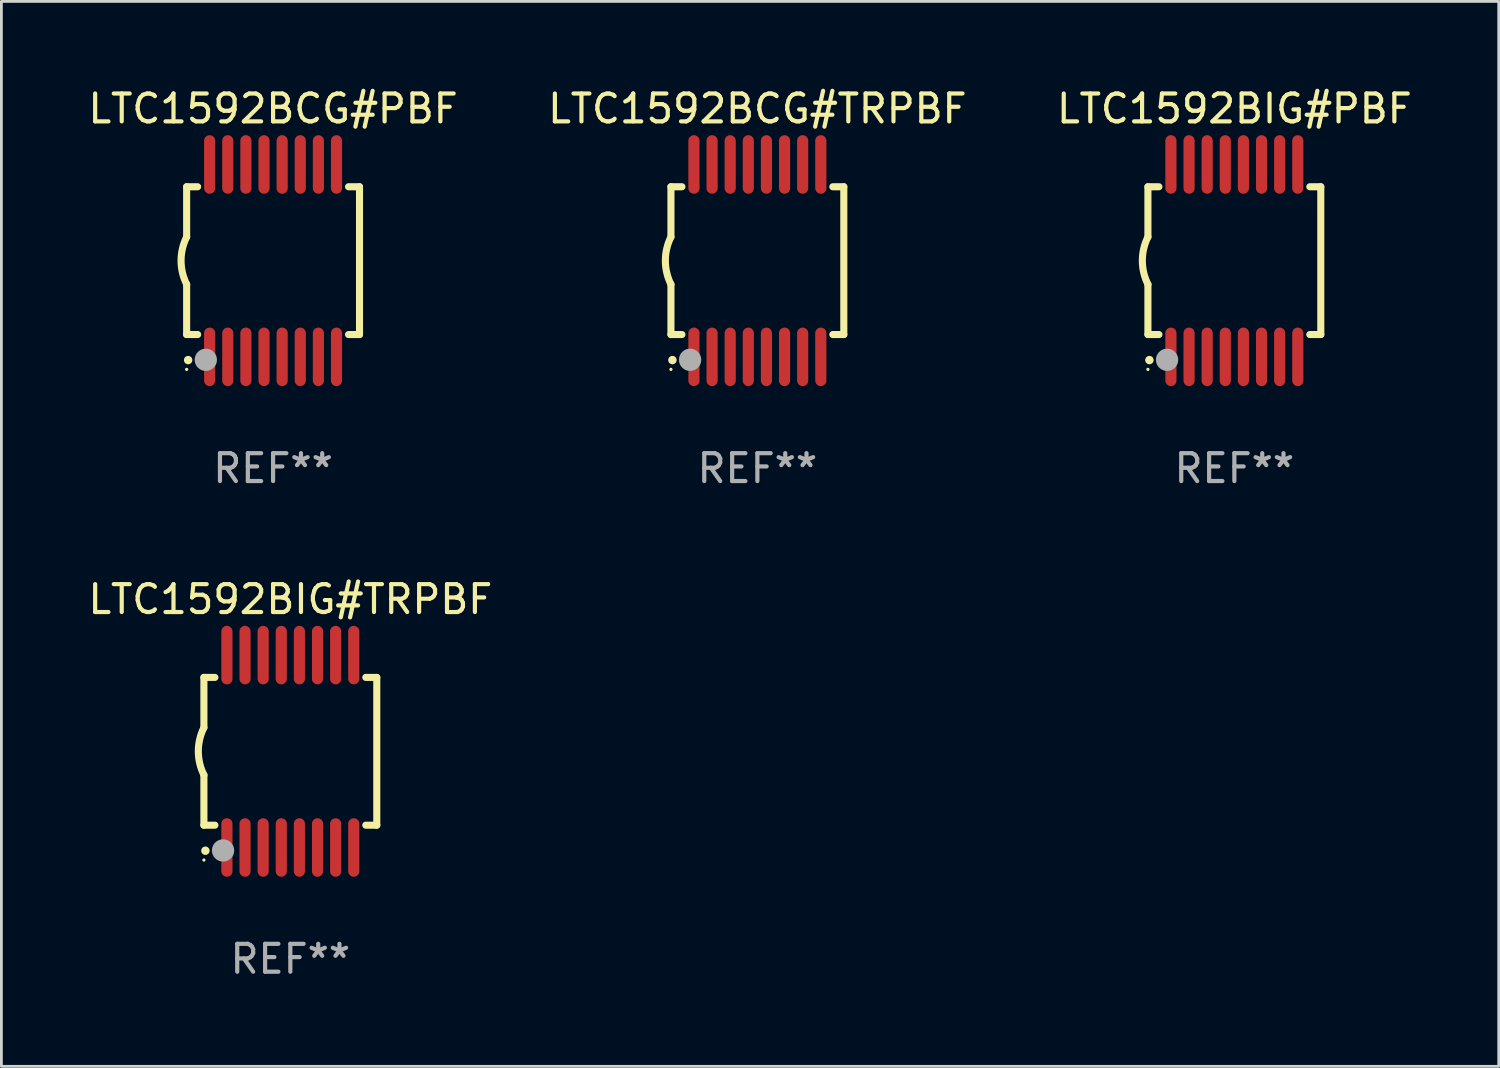
<source format=kicad_pcb>
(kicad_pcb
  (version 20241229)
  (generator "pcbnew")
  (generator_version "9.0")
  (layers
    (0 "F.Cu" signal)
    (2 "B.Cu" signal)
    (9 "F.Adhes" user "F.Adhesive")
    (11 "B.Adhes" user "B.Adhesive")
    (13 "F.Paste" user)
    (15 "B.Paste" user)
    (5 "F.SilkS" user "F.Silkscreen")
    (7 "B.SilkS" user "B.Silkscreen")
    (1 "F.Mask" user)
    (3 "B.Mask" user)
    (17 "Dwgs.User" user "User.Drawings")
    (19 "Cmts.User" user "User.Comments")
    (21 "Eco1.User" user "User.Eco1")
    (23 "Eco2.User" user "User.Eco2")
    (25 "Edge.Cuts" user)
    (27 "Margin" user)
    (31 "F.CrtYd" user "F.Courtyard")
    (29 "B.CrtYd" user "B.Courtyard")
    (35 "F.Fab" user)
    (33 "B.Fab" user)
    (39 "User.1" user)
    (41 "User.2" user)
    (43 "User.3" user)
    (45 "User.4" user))
  (footprint "LTC1592BCG#PBF"
    (layer "F.Cu")
    (at 6.744 6.298)
    (property "Reference" "LTC1592BCG#PBF" (at 0 -5.45 0) (layer "F.SilkS") (effects (font (size 1 1) (thickness 0.15))))
    (attr through_hole)
    (fp_line (start -3.1 -2.65) (end -3.1 -0.85) (stroke (width 0.254) (type solid)) (layer "F.SilkS"))
    (fp_line (start -3.1 -2.65) (end -2.706 -2.65) (stroke (width 0.254) (type solid)) (layer "F.SilkS"))
    (fp_line (start -3.1 2.65) (end -3.1 0.85) (stroke (width 0.254) (type solid)) (layer "F.SilkS"))
    (fp_line (start -3.1 2.65) (end -2.706 2.65) (stroke (width 0.254) (type solid)) (layer "F.SilkS"))
    (fp_line (start 2.706 -2.65) (end 3.1 -2.65) (stroke (width 0.254) (type solid)) (layer "F.SilkS"))
    (fp_line (start 2.706 2.65) (end 3.1 2.65) (stroke (width 0.254) (type solid)) (layer "F.SilkS"))
    (fp_line (start 3.1 -2.65) (end 3.1 2.65) (stroke (width 0.254) (type solid)) (layer "F.SilkS"))
    (fp_arc (start -3.098907 0.850902) (mid -3.300057 0.000523) (end -3.1 -0.850114) (stroke (width 0.254001) (type solid)) (layer "F.SilkS"))
    (fp_arc (start -3.048006 3.566066) (mid -3.046736 3.566061) (end -3.045466 3.566066) (stroke (width 0.3) (type solid)) (layer "F.SilkS"))
    (fp_circle (center -3.1 3.9) (end -3.07 3.9) (stroke (width 0.06) (type solid)) (fill no) (layer "F.SilkS"))
    (fp_circle (center -2.413 3.556) (end -2.213 3.556) (stroke (width 0.4) (type solid)) (fill no) (layer "F.Fab"))
    (fp_text user "REF**" (at 0 7.45 0) (layer "F.Fab") (effects (font (size 1 1) (thickness 0.15))))
    (pad "1" smd oval (at -2.275 3.45 180) (size 0.4 2.1) (layers "F.Cu" "F.Mask" "F.Paste"))
    (pad "2" smd oval (at -1.625 3.45 180) (size 0.4 2.1) (layers "F.Cu" "F.Mask" "F.Paste"))
    (pad "3" smd oval (at -0.975 3.45 180) (size 0.4 2.1) (layers "F.Cu" "F.Mask" "F.Paste"))
    (pad "4" smd oval (at -0.325 3.45 180) (size 0.4 2.1) (layers "F.Cu" "F.Mask" "F.Paste"))
    (pad "5" smd oval (at 0.325 3.45 180) (size 0.4 2.1) (layers "F.Cu" "F.Mask" "F.Paste"))
    (pad "6" smd oval (at 0.975 3.45 180) (size 0.4 2.1) (layers "F.Cu" "F.Mask" "F.Paste"))
    (pad "7" smd oval (at 1.625 3.45 180) (size 0.4 2.1) (layers "F.Cu" "F.Mask" "F.Paste"))
    (pad "8" smd oval (at 2.275 3.45 180) (size 0.4 2.1) (layers "F.Cu" "F.Mask" "F.Paste"))
    (pad "9" smd oval (at 2.275 -3.45 180) (size 0.4 2.1) (layers "F.Cu" "F.Mask" "F.Paste"))
    (pad "10" smd oval (at 1.625 -3.45 180) (size 0.4 2.1) (layers "F.Cu" "F.Mask" "F.Paste"))
    (pad "11" smd oval (at 0.975 -3.45 180) (size 0.4 2.1) (layers "F.Cu" "F.Mask" "F.Paste"))
    (pad "12" smd oval (at 0.325 -3.45 180) (size 0.4 2.1) (layers "F.Cu" "F.Mask" "F.Paste"))
    (pad "13" smd oval (at -0.325 -3.45 180) (size 0.4 2.1) (layers "F.Cu" "F.Mask" "F.Paste"))
    (pad "14" smd oval (at -0.975 -3.45 180) (size 0.4 2.1) (layers "F.Cu" "F.Mask" "F.Paste"))
    (pad "15" smd oval (at -1.625 -3.45 180) (size 0.4 2.1) (layers "F.Cu" "F.Mask" "F.Paste"))
    (pad "16" smd oval (at -2.275 -3.45 180) (size 0.4 2.1) (layers "F.Cu" "F.Mask" "F.Paste")))
  (footprint "LTC1592BIG#PBF"
    (layer "F.Cu")
    (at 41.22 6.298)
    (property "Reference" "LTC1592BIG#PBF" (at 0 -5.45 0) (layer "F.SilkS") (effects (font (size 1 1) (thickness 0.15))))
    (attr through_hole)
    (fp_line (start -3.1 -2.65) (end -3.1 -0.85) (stroke (width 0.254) (type solid)) (layer "F.SilkS"))
    (fp_line (start -3.1 -2.65) (end -2.706 -2.65) (stroke (width 0.254) (type solid)) (layer "F.SilkS"))
    (fp_line (start -3.1 2.65) (end -3.1 0.85) (stroke (width 0.254) (type solid)) (layer "F.SilkS"))
    (fp_line (start -3.1 2.65) (end -2.706 2.65) (stroke (width 0.254) (type solid)) (layer "F.SilkS"))
    (fp_line (start 2.706 -2.65) (end 3.1 -2.65) (stroke (width 0.254) (type solid)) (layer "F.SilkS"))
    (fp_line (start 2.706 2.65) (end 3.1 2.65) (stroke (width 0.254) (type solid)) (layer "F.SilkS"))
    (fp_line (start 3.1 -2.65) (end 3.1 2.65) (stroke (width 0.254) (type solid)) (layer "F.SilkS"))
    (fp_arc (start -3.098907 0.850902) (mid -3.300057 0.000523) (end -3.1 -0.850114) (stroke (width 0.254001) (type solid)) (layer "F.SilkS"))
    (fp_arc (start -3.048006 3.566066) (mid -3.046736 3.566061) (end -3.045466 3.566066) (stroke (width 0.3) (type solid)) (layer "F.SilkS"))
    (fp_circle (center -3.1 3.9) (end -3.07 3.9) (stroke (width 0.06) (type solid)) (fill no) (layer "F.SilkS"))
    (fp_circle (center -2.413 3.556) (end -2.213 3.556) (stroke (width 0.4) (type solid)) (fill no) (layer "F.Fab"))
    (fp_text user "REF**" (at 0 7.45 0) (layer "F.Fab") (effects (font (size 1 1) (thickness 0.15))))
    (pad "1" smd oval (at -2.275 3.45 180) (size 0.4 2.1) (layers "F.Cu" "F.Mask" "F.Paste"))
    (pad "2" smd oval (at -1.625 3.45 180) (size 0.4 2.1) (layers "F.Cu" "F.Mask" "F.Paste"))
    (pad "3" smd oval (at -0.975 3.45 180) (size 0.4 2.1) (layers "F.Cu" "F.Mask" "F.Paste"))
    (pad "4" smd oval (at -0.325 3.45 180) (size 0.4 2.1) (layers "F.Cu" "F.Mask" "F.Paste"))
    (pad "5" smd oval (at 0.325 3.45 180) (size 0.4 2.1) (layers "F.Cu" "F.Mask" "F.Paste"))
    (pad "6" smd oval (at 0.975 3.45 180) (size 0.4 2.1) (layers "F.Cu" "F.Mask" "F.Paste"))
    (pad "7" smd oval (at 1.625 3.45 180) (size 0.4 2.1) (layers "F.Cu" "F.Mask" "F.Paste"))
    (pad "8" smd oval (at 2.275 3.45 180) (size 0.4 2.1) (layers "F.Cu" "F.Mask" "F.Paste"))
    (pad "9" smd oval (at 2.275 -3.45 180) (size 0.4 2.1) (layers "F.Cu" "F.Mask" "F.Paste"))
    (pad "10" smd oval (at 1.625 -3.45 180) (size 0.4 2.1) (layers "F.Cu" "F.Mask" "F.Paste"))
    (pad "11" smd oval (at 0.975 -3.45 180) (size 0.4 2.1) (layers "F.Cu" "F.Mask" "F.Paste"))
    (pad "12" smd oval (at 0.325 -3.45 180) (size 0.4 2.1) (layers "F.Cu" "F.Mask" "F.Paste"))
    (pad "13" smd oval (at -0.325 -3.45 180) (size 0.4 2.1) (layers "F.Cu" "F.Mask" "F.Paste"))
    (pad "14" smd oval (at -0.975 -3.45 180) (size 0.4 2.1) (layers "F.Cu" "F.Mask" "F.Paste"))
    (pad "15" smd oval (at -1.625 -3.45 180) (size 0.4 2.1) (layers "F.Cu" "F.Mask" "F.Paste"))
    (pad "16" smd oval (at -2.275 -3.45 180) (size 0.4 2.1) (layers "F.Cu" "F.Mask" "F.Paste")))
  (footprint "LTC1592BIG#TRPBF"
    (layer "F.Cu")
    (at 7.363 23.895)
    (property "Reference" "LTC1592BIG#TRPBF" (at 0 -5.45 0) (layer "F.SilkS") (effects (font (size 1 1) (thickness 0.15))))
    (attr through_hole)
    (fp_line (start -3.1 -2.65) (end -3.1 -0.85) (stroke (width 0.254) (type solid)) (layer "F.SilkS"))
    (fp_line (start -3.1 -2.65) (end -2.706 -2.65) (stroke (width 0.254) (type solid)) (layer "F.SilkS"))
    (fp_line (start -3.1 2.65) (end -3.1 0.85) (stroke (width 0.254) (type solid)) (layer "F.SilkS"))
    (fp_line (start -3.1 2.65) (end -2.706 2.65) (stroke (width 0.254) (type solid)) (layer "F.SilkS"))
    (fp_line (start 2.706 -2.65) (end 3.1 -2.65) (stroke (width 0.254) (type solid)) (layer "F.SilkS"))
    (fp_line (start 2.706 2.65) (end 3.1 2.65) (stroke (width 0.254) (type solid)) (layer "F.SilkS"))
    (fp_line (start 3.1 -2.65) (end 3.1 2.65) (stroke (width 0.254) (type solid)) (layer "F.SilkS"))
    (fp_arc (start -3.098907 0.850902) (mid -3.300057 0.000523) (end -3.1 -0.850114) (stroke (width 0.254001) (type solid)) (layer "F.SilkS"))
    (fp_arc (start -3.048006 3.566066) (mid -3.046736 3.566061) (end -3.045466 3.566066) (stroke (width 0.3) (type solid)) (layer "F.SilkS"))
    (fp_circle (center -3.1 3.9) (end -3.07 3.9) (stroke (width 0.06) (type solid)) (fill no) (layer "F.SilkS"))
    (fp_circle (center -2.413 3.556) (end -2.213 3.556) (stroke (width 0.4) (type solid)) (fill no) (layer "F.Fab"))
    (fp_text user "REF**" (at 0 7.45 0) (layer "F.Fab") (effects (font (size 1 1) (thickness 0.15))))
    (pad "1" smd oval (at -2.275 3.45 180) (size 0.4 2.1) (layers "F.Cu" "F.Mask" "F.Paste"))
    (pad "2" smd oval (at -1.625 3.45 180) (size 0.4 2.1) (layers "F.Cu" "F.Mask" "F.Paste"))
    (pad "3" smd oval (at -0.975 3.45 180) (size 0.4 2.1) (layers "F.Cu" "F.Mask" "F.Paste"))
    (pad "4" smd oval (at -0.325 3.45 180) (size 0.4 2.1) (layers "F.Cu" "F.Mask" "F.Paste"))
    (pad "5" smd oval (at 0.325 3.45 180) (size 0.4 2.1) (layers "F.Cu" "F.Mask" "F.Paste"))
    (pad "6" smd oval (at 0.975 3.45 180) (size 0.4 2.1) (layers "F.Cu" "F.Mask" "F.Paste"))
    (pad "7" smd oval (at 1.625 3.45 180) (size 0.4 2.1) (layers "F.Cu" "F.Mask" "F.Paste"))
    (pad "8" smd oval (at 2.275 3.45 180) (size 0.4 2.1) (layers "F.Cu" "F.Mask" "F.Paste"))
    (pad "9" smd oval (at 2.275 -3.45 180) (size 0.4 2.1) (layers "F.Cu" "F.Mask" "F.Paste"))
    (pad "10" smd oval (at 1.625 -3.45 180) (size 0.4 2.1) (layers "F.Cu" "F.Mask" "F.Paste"))
    (pad "11" smd oval (at 0.975 -3.45 180) (size 0.4 2.1) (layers "F.Cu" "F.Mask" "F.Paste"))
    (pad "12" smd oval (at 0.325 -3.45 180) (size 0.4 2.1) (layers "F.Cu" "F.Mask" "F.Paste"))
    (pad "13" smd oval (at -0.325 -3.45 180) (size 0.4 2.1) (layers "F.Cu" "F.Mask" "F.Paste"))
    (pad "14" smd oval (at -0.975 -3.45 180) (size 0.4 2.1) (layers "F.Cu" "F.Mask" "F.Paste"))
    (pad "15" smd oval (at -1.625 -3.45 180) (size 0.4 2.1) (layers "F.Cu" "F.Mask" "F.Paste"))
    (pad "16" smd oval (at -2.275 -3.45 180) (size 0.4 2.1) (layers "F.Cu" "F.Mask" "F.Paste")))
  (footprint "LTC1592BCG#TRPBF"
    (layer "F.Cu")
    (at 24.113 6.298)
    (property "Reference" "LTC1592BCG#TRPBF" (at 0 -5.45 0) (layer "F.SilkS") (effects (font (size 1 1) (thickness 0.15))))
    (attr through_hole)
    (fp_line (start -3.1 -2.65) (end -3.1 -0.85) (stroke (width 0.254) (type solid)) (layer "F.SilkS"))
    (fp_line (start -3.1 -2.65) (end -2.706 -2.65) (stroke (width 0.254) (type solid)) (layer "F.SilkS"))
    (fp_line (start -3.1 2.65) (end -3.1 0.85) (stroke (width 0.254) (type solid)) (layer "F.SilkS"))
    (fp_line (start -3.1 2.65) (end -2.706 2.65) (stroke (width 0.254) (type solid)) (layer "F.SilkS"))
    (fp_line (start 2.706 -2.65) (end 3.1 -2.65) (stroke (width 0.254) (type solid)) (layer "F.SilkS"))
    (fp_line (start 2.706 2.65) (end 3.1 2.65) (stroke (width 0.254) (type solid)) (layer "F.SilkS"))
    (fp_line (start 3.1 -2.65) (end 3.1 2.65) (stroke (width 0.254) (type solid)) (layer "F.SilkS"))
    (fp_arc (start -3.098907 0.850902) (mid -3.300057 0.000523) (end -3.1 -0.850114) (stroke (width 0.254001) (type solid)) (layer "F.SilkS"))
    (fp_arc (start -3.048006 3.566066) (mid -3.046736 3.566061) (end -3.045466 3.566066) (stroke (width 0.3) (type solid)) (layer "F.SilkS"))
    (fp_circle (center -3.1 3.9) (end -3.07 3.9) (stroke (width 0.06) (type solid)) (fill no) (layer "F.SilkS"))
    (fp_circle (center -2.413 3.556) (end -2.213 3.556) (stroke (width 0.4) (type solid)) (fill no) (layer "F.Fab"))
    (fp_text user "REF**" (at 0 7.45 0) (layer "F.Fab") (effects (font (size 1 1) (thickness 0.15))))
    (pad "1" smd oval (at -2.275 3.45 180) (size 0.4 2.1) (layers "F.Cu" "F.Mask" "F.Paste"))
    (pad "2" smd oval (at -1.625 3.45 180) (size 0.4 2.1) (layers "F.Cu" "F.Mask" "F.Paste"))
    (pad "3" smd oval (at -0.975 3.45 180) (size 0.4 2.1) (layers "F.Cu" "F.Mask" "F.Paste"))
    (pad "4" smd oval (at -0.325 3.45 180) (size 0.4 2.1) (layers "F.Cu" "F.Mask" "F.Paste"))
    (pad "5" smd oval (at 0.325 3.45 180) (size 0.4 2.1) (layers "F.Cu" "F.Mask" "F.Paste"))
    (pad "6" smd oval (at 0.975 3.45 180) (size 0.4 2.1) (layers "F.Cu" "F.Mask" "F.Paste"))
    (pad "7" smd oval (at 1.625 3.45 180) (size 0.4 2.1) (layers "F.Cu" "F.Mask" "F.Paste"))
    (pad "8" smd oval (at 2.275 3.45 180) (size 0.4 2.1) (layers "F.Cu" "F.Mask" "F.Paste"))
    (pad "9" smd oval (at 2.275 -3.45 180) (size 0.4 2.1) (layers "F.Cu" "F.Mask" "F.Paste"))
    (pad "10" smd oval (at 1.625 -3.45 180) (size 0.4 2.1) (layers "F.Cu" "F.Mask" "F.Paste"))
    (pad "11" smd oval (at 0.975 -3.45 180) (size 0.4 2.1) (layers "F.Cu" "F.Mask" "F.Paste"))
    (pad "12" smd oval (at 0.325 -3.45 180) (size 0.4 2.1) (layers "F.Cu" "F.Mask" "F.Paste"))
    (pad "13" smd oval (at -0.325 -3.45 180) (size 0.4 2.1) (layers "F.Cu" "F.Mask" "F.Paste"))
    (pad "14" smd oval (at -0.975 -3.45 180) (size 0.4 2.1) (layers "F.Cu" "F.Mask" "F.Paste"))
    (pad "15" smd oval (at -1.625 -3.45 180) (size 0.4 2.1) (layers "F.Cu" "F.Mask" "F.Paste"))
    (pad "16" smd oval (at -2.275 -3.45 180) (size 0.4 2.1) (layers "F.Cu" "F.Mask" "F.Paste")))
  (gr_rect
    (start -3 -3)
    (end 50.702 35.193)
    (stroke (width 0.1) (type default))
    (fill no)
    (layer "Edge.Cuts")))
</source>
